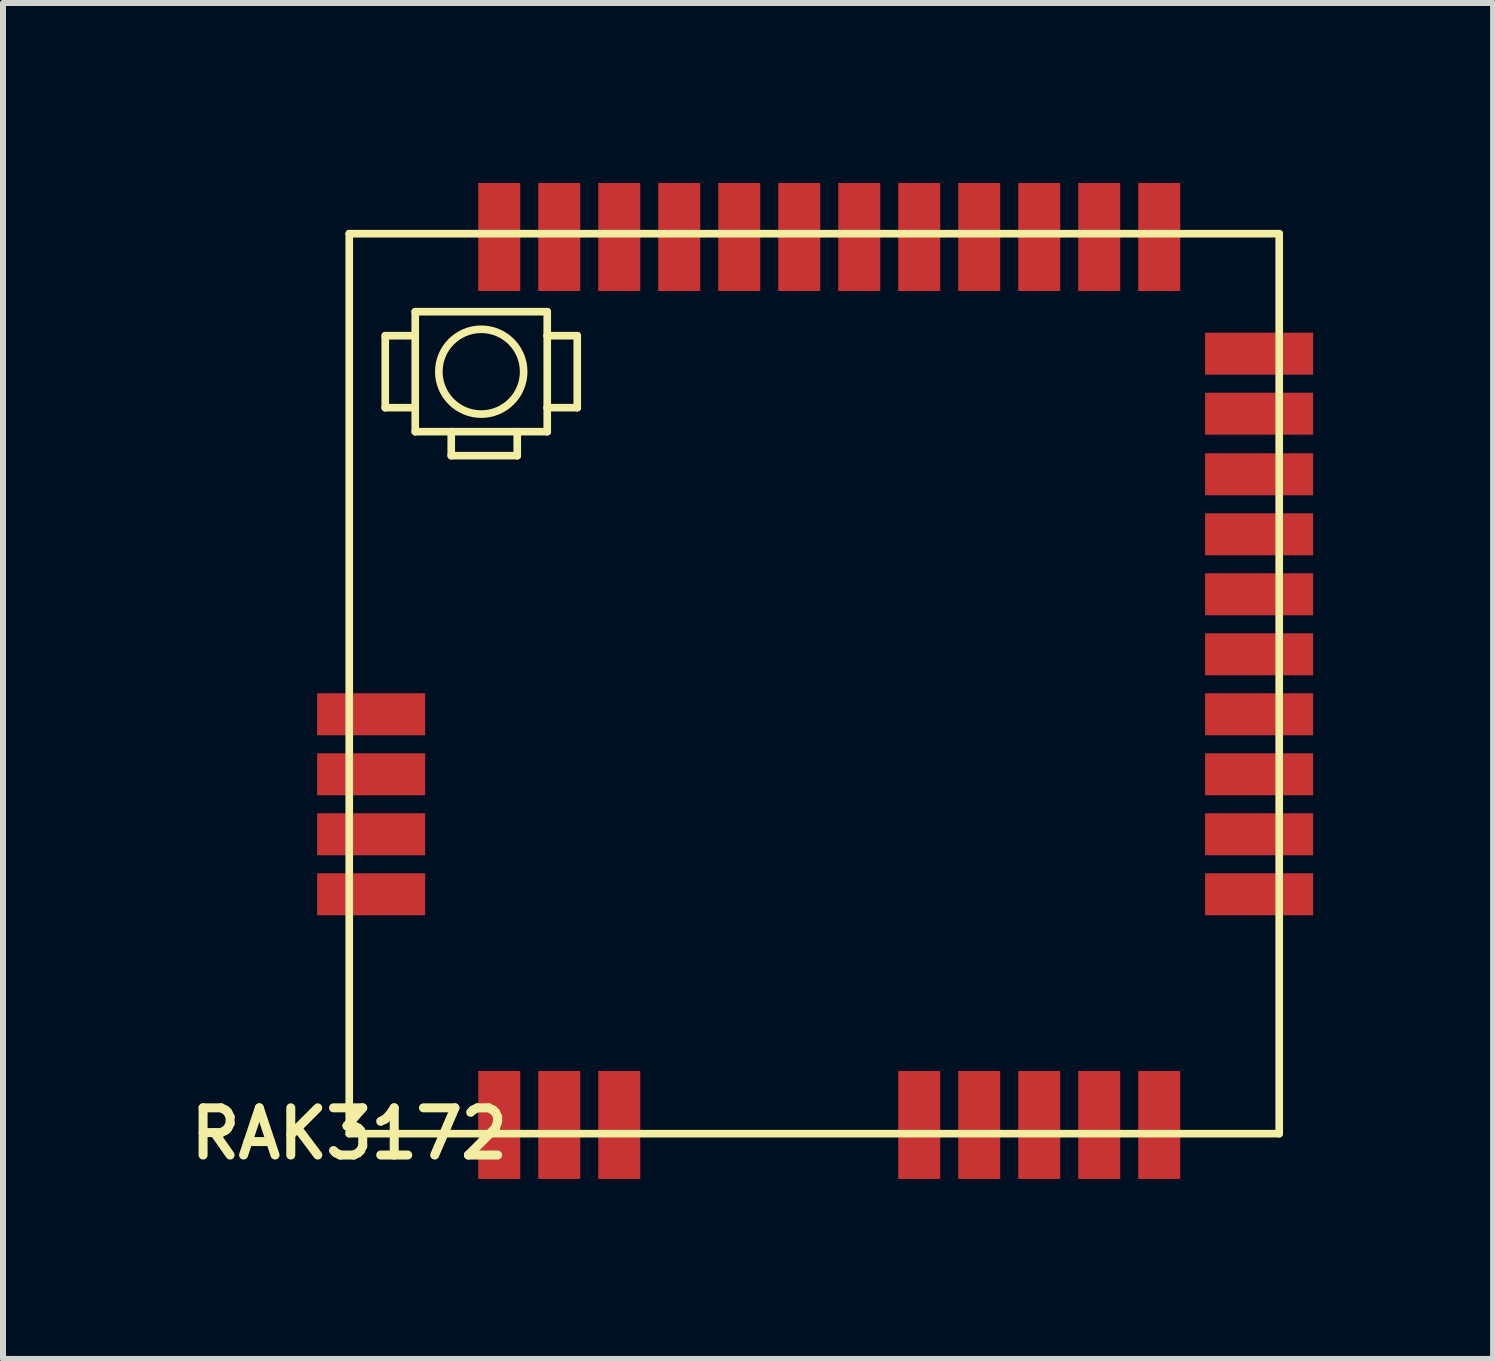
<source format=kicad_pcb>
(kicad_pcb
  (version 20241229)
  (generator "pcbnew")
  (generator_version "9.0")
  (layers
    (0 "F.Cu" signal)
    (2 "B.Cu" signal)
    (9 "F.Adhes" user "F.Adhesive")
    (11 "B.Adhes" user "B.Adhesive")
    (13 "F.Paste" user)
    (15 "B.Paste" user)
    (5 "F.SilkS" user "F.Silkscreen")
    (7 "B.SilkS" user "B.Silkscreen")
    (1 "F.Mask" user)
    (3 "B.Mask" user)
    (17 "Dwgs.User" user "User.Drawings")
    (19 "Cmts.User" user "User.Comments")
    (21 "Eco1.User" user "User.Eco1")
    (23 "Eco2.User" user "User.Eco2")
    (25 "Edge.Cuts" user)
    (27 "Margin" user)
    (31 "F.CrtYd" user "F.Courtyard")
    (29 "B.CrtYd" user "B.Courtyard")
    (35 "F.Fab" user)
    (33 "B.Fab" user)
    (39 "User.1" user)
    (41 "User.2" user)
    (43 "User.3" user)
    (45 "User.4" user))
  (footprint "RAK3172"
    (layer "F.Cu")
    (at 2.771 15.845)
    (property "Reference" "RAK3172" (at 0 0 0) (layer "F.SilkS") (effects (font (size 0.787 0.787) (thickness 0.15))))
    (attr smd)
    (fp_line (start 0 -15) (end 0 0) (stroke (width 0.127) (type solid)) (layer "F.SilkS"))
    (fp_line (start 0 0) (end 15.5 0) (stroke (width 0.127) (type solid)) (layer "F.SilkS"))
    (fp_line (start 0.6 -13.3) (end 1.1 -13.3) (stroke (width 0.127) (type solid)) (layer "F.SilkS"))
    (fp_line (start 0.6 -12.1) (end 0.6 -13.3) (stroke (width 0.127) (type solid)) (layer "F.SilkS"))
    (fp_line (start 1.1 -13.7) (end 3.3 -13.7) (stroke (width 0.127) (type solid)) (layer "F.SilkS"))
    (fp_line (start 1.1 -13.3) (end 1.1 -13.7) (stroke (width 0.127) (type solid)) (layer "F.SilkS"))
    (fp_line (start 1.1 -12.1) (end 0.6 -12.1) (stroke (width 0.127) (type solid)) (layer "F.SilkS"))
    (fp_line (start 1.1 -12.1) (end 1.1 -13.3) (stroke (width 0.127) (type solid)) (layer "F.SilkS"))
    (fp_line (start 1.1 -11.7) (end 1.1 -12.1) (stroke (width 0.127) (type solid)) (layer "F.SilkS"))
    (fp_line (start 1.7 -11.7) (end 1.1 -11.7) (stroke (width 0.127) (type solid)) (layer "F.SilkS"))
    (fp_line (start 1.7 -11.3) (end 1.7 -11.7) (stroke (width 0.127) (type solid)) (layer "F.SilkS"))
    (fp_line (start 1.7 -11.3) (end 2.8 -11.3) (stroke (width 0.127) (type solid)) (layer "F.SilkS"))
    (fp_line (start 2.8 -11.7) (end 1.7 -11.7) (stroke (width 0.127) (type solid)) (layer "F.SilkS"))
    (fp_line (start 2.8 -11.3) (end 2.8 -11.7) (stroke (width 0.127) (type solid)) (layer "F.SilkS"))
    (fp_line (start 3.3 -13.7) (end 3.3 -13.3) (stroke (width 0.127) (type solid)) (layer "F.SilkS"))
    (fp_line (start 3.3 -13.3) (end 3.3 -12.1) (stroke (width 0.127) (type solid)) (layer "F.SilkS"))
    (fp_line (start 3.3 -12.1) (end 3.3 -11.7) (stroke (width 0.127) (type solid)) (layer "F.SilkS"))
    (fp_line (start 3.3 -11.7) (end 2.8 -11.7) (stroke (width 0.127) (type solid)) (layer "F.SilkS"))
    (fp_line (start 3.8 -13.3) (end 3.3 -13.3) (stroke (width 0.127) (type solid)) (layer "F.SilkS"))
    (fp_line (start 3.8 -13.3) (end 3.8 -12.1) (stroke (width 0.127) (type solid)) (layer "F.SilkS"))
    (fp_line (start 3.8 -12.1) (end 3.3 -12.1) (stroke (width 0.127) (type solid)) (layer "F.SilkS"))
    (fp_line (start 15.5 -15) (end 0 -15) (stroke (width 0.127) (type solid)) (layer "F.SilkS"))
    (fp_line (start 15.5 0) (end 15.5 -15) (stroke (width 0.127) (type solid)) (layer "F.SilkS"))
    (fp_circle (center 2.2 -12.7) (end 2.907 -12.7) (stroke (width 0.127) (type solid)) (fill no) (layer "F.SilkS"))
    (pad "1" smd rect (at 13.5 -14.945 90) (size 1.8 0.7) (layers "F.Cu" "F.Mask" "F.Paste"))
    (pad "2" smd rect (at 12.5 -14.945 90) (size 1.8 0.7) (layers "F.Cu" "F.Mask" "F.Paste"))
    (pad "3" smd rect (at 11.5 -14.945 90) (size 1.8 0.7) (layers "F.Cu" "F.Mask" "F.Paste"))
    (pad "4" smd rect (at 10.5 -14.945 90) (size 1.8 0.7) (layers "F.Cu" "F.Mask" "F.Paste"))
    (pad "5" smd rect (at 9.5 -14.945 90) (size 1.8 0.7) (layers "F.Cu" "F.Mask" "F.Paste"))
    (pad "6" smd rect (at 8.5 -14.945 90) (size 1.8 0.7) (layers "F.Cu" "F.Mask" "F.Paste"))
    (pad "7" smd rect (at 7.5 -14.945 90) (size 1.8 0.7) (layers "F.Cu" "F.Mask" "F.Paste"))
    (pad "8" smd rect (at 6.5 -14.945 90) (size 1.8 0.7) (layers "F.Cu" "F.Mask" "F.Paste"))
    (pad "9" smd rect (at 5.5 -14.945 90) (size 1.8 0.7) (layers "F.Cu" "F.Mask" "F.Paste"))
    (pad "10" smd rect (at 4.5 -14.945 90) (size 1.8 0.7) (layers "F.Cu" "F.Mask" "F.Paste"))
    (pad "11" smd rect (at 3.5 -14.945 90) (size 1.8 0.7) (layers "F.Cu" "F.Mask" "F.Paste"))
    (pad "12" smd rect (at 2.5 -14.945 90) (size 1.8 0.7) (layers "F.Cu" "F.Mask" "F.Paste"))
    (pad "13" smd rect (at 0.365 -6.99 180) (size 1.8 0.7) (layers "F.Cu" "F.Mask" "F.Paste"))
    (pad "14" smd rect (at 0.365 -5.99 180) (size 1.8 0.7) (layers "F.Cu" "F.Mask" "F.Paste"))
    (pad "15" smd rect (at 0.365 -4.99 180) (size 1.8 0.7) (layers "F.Cu" "F.Mask" "F.Paste"))
    (pad "16" smd rect (at 0.365 -3.99 180) (size 1.8 0.7) (layers "F.Cu" "F.Mask" "F.Paste"))
    (pad "17" smd rect (at 2.5 -0.145 90) (size 1.8 0.7) (layers "F.Cu" "F.Mask" "F.Paste"))
    (pad "18" smd rect (at 3.5 -0.145 90) (size 1.8 0.7) (layers "F.Cu" "F.Mask" "F.Paste"))
    (pad "19" smd rect (at 4.5 -0.145 90) (size 1.8 0.7) (layers "F.Cu" "F.Mask" "F.Paste"))
    (pad "20" smd rect (at 9.5 -0.145 90) (size 1.8 0.7) (layers "F.Cu" "F.Mask" "F.Paste"))
    (pad "21" smd rect (at 10.5 -0.145 90) (size 1.8 0.7) (layers "F.Cu" "F.Mask" "F.Paste"))
    (pad "22" smd rect (at 11.5 -0.145 90) (size 1.8 0.7) (layers "F.Cu" "F.Mask" "F.Paste"))
    (pad "23" smd rect (at 12.5 -0.145 90) (size 1.8 0.7) (layers "F.Cu" "F.Mask" "F.Paste"))
    (pad "24" smd rect (at 13.5 -0.145 90) (size 1.8 0.7) (layers "F.Cu" "F.Mask" "F.Paste"))
    (pad "25" smd rect (at 15.165 -3.99 180) (size 1.8 0.7) (layers "F.Cu" "F.Mask" "F.Paste"))
    (pad "26" smd rect (at 15.165 -4.99 180) (size 1.8 0.7) (layers "F.Cu" "F.Mask" "F.Paste"))
    (pad "27" smd rect (at 15.165 -5.99 180) (size 1.8 0.7) (layers "F.Cu" "F.Mask" "F.Paste"))
    (pad "28" smd rect (at 15.165 -6.99 180) (size 1.8 0.7) (layers "F.Cu" "F.Mask" "F.Paste"))
    (pad "29" smd rect (at 15.165 -7.99 180) (size 1.8 0.7) (layers "F.Cu" "F.Mask" "F.Paste"))
    (pad "30" smd rect (at 15.165 -8.99 180) (size 1.8 0.7) (layers "F.Cu" "F.Mask" "F.Paste"))
    (pad "31" smd rect (at 15.165 -9.99 180) (size 1.8 0.7) (layers "F.Cu" "F.Mask" "F.Paste"))
    (pad "32" smd rect (at 15.165 -10.99 180) (size 1.8 0.7) (layers "F.Cu" "F.Mask" "F.Paste"))
    (pad "33" smd rect (at 15.165 -12 180) (size 1.8 0.7) (layers "F.Cu" "F.Mask" "F.Paste"))
    (pad "34" smd rect (at 15.165 -13 180) (size 1.8 0.7) (layers "F.Cu" "F.Mask" "F.Paste")))
  (gr_rect
    (start -3 -3)
    (end 21.836 19.6)
    (stroke (width 0.1) (type default))
    (fill no)
    (layer "Edge.Cuts")))
</source>
